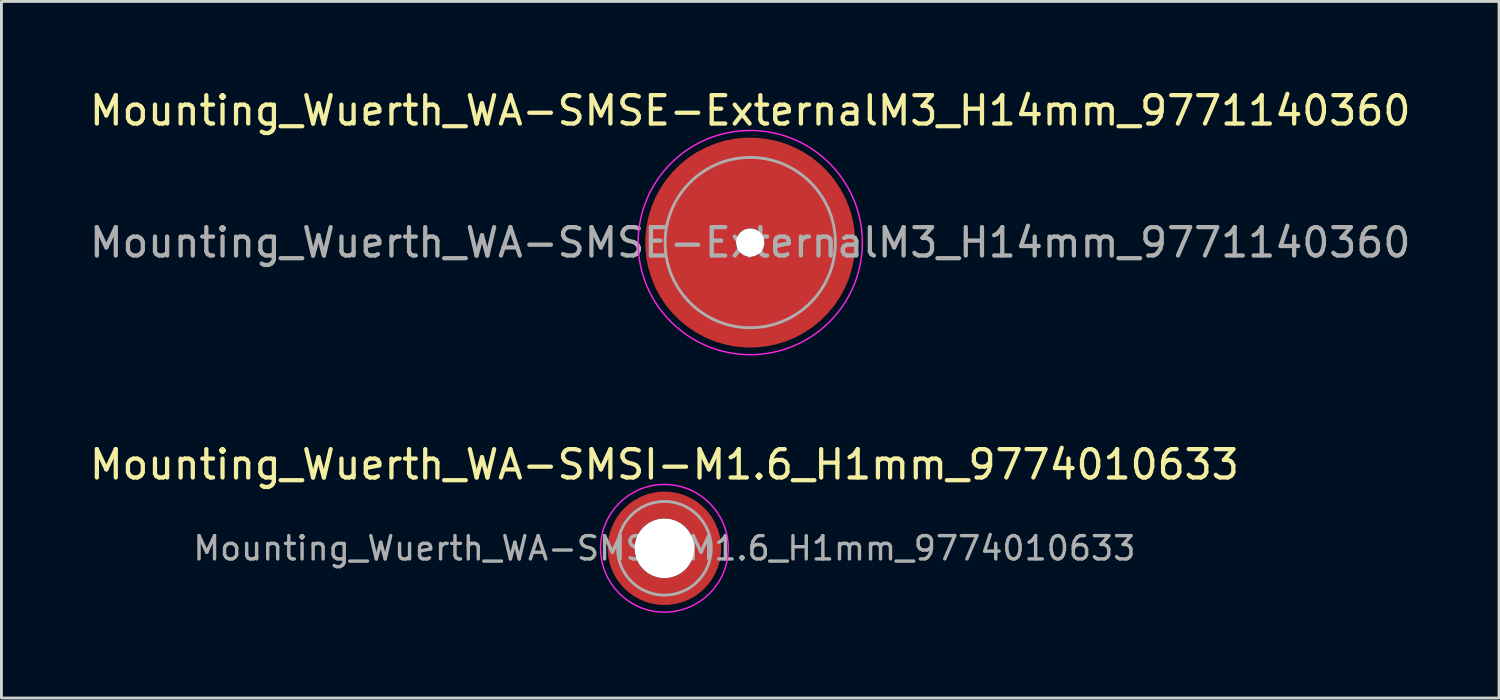
<source format=kicad_pcb>
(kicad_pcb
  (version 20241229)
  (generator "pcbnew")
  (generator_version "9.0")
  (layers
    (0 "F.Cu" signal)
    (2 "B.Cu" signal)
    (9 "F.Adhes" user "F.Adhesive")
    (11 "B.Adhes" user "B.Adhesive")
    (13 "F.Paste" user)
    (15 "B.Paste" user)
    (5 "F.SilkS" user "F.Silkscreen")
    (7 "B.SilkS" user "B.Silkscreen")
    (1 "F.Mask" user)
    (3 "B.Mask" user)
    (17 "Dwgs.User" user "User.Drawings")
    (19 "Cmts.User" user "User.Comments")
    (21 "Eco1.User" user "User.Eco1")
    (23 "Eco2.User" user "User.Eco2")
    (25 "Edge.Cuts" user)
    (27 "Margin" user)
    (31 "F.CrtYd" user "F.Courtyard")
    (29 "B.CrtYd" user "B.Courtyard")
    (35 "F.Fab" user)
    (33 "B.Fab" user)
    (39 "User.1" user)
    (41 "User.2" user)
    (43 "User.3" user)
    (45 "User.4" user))
  (footprint "Mounting_Wuerth_WA-SMSE-ExternalM3_H14mm_9771140360"
    (layer "F.Cu")
    (at 23.387 5.498)
    (property "Reference" "Mounting_Wuerth_WA-SMSE-ExternalM3_H14mm_9771140360" (at 0 -4.65 0) (layer "F.SilkS") (effects (font (size 1 1) (thickness 0.15))))
    (attr smd allow_soldermask_bridges)
    (fp_circle (center 0 0) (end 3.95 0) (stroke (width 0.05) (type solid)) (fill no) (layer "F.CrtYd"))
    (fp_circle (center 0 0) (end 3 0) (stroke (width 0.1) (type solid)) (fill no) (layer "F.Fab"))
    (fp_text user "${REFERENCE}" (at 0 0 0) (layer "F.Fab") (effects (font (size 1 1) (thickness 0.15))))
    (pad "" smd custom (at 0 -2.1) (size 1.5 1.5) (layers "F.Paste") (options (anchor circle)) (primitives (gr_arc (start -0.305123 1.47) (mid 0.371762 1.506879) (end 0.7 2.1) (width 0.2)) (gr_arc (start -0.493052 1.47) (mid 0.350399 1.380819) (end 0.8 2.1) (width 0.2)) (gr_arc (start -0.642729 1.47) (mid 0.340253 1.266797) (end 0.9 2.1) (width 0.2)) (gr_arc (start -0.776595 1.47) (mid 0.334219 1.157505) (end 1 2.1) (width 0.2)) (gr_arc (start -0.901721 1.47) (mid 0.330233 1.05074) (end 1.1 2.1) (width 0.2)) (gr_arc (start -1.021323 1.47) (mid 0.327424 0.945533) (end 1.2 2.1) (width 0.2)) (gr_arc (start -1.137146 1.47) (mid 0.325354 0.841372) (end 1.3 2.1) (width 0.2)) (gr_arc (start -1.25024 1.47) (mid 0.323778 0.737954) (end 1.4 2.1) (width 0.2)) (gr_arc (start -1.361286 1.47) (mid 0.322545 0.635089) (end 1.5 2.1) (width 0.2)) (gr_arc (start -1.470748 1.47) (mid 0.321561 0.532646) (end 1.6 2.1) (width 0.2)) (gr_arc (start -1.578955 1.47) (mid 0.320762 0.430535) (end 1.7 2.1) (width 0.2)) (gr_arc (start -1.686149 1.47) (mid 0.320102 0.328691) (end 1.8 2.1) (width 0.2)) (gr_arc (start -1.792512 1.47) (mid 0.319552 0.227065) (end 1.9 2.1) (width 0.2)) (gr_arc (start -1.898183 1.47) (mid 0.319087 0.125618) (end 2 2.1) (width 0.2)) (gr_arc (start -2.003272 1.47) (mid 0.318691 0.024323) (end 2.1 2.1) (width 0.2)) (gr_arc (start -2.107866 1.47) (mid 0.318351 -0.076845) (end 2.2 2.1) (width 0.2)) (gr_arc (start -2.212035 1.47) (mid 0.318056 -0.177903) (end 2.3 2.1) (width 0.2)) (gr_arc (start -2.315837 1.47) (mid 0.317798 -0.278866) (end 2.4 2.1) (width 0.2)) (gr_arc (start -2.419318 1.47) (mid 0.317573 -0.379747) (end 2.5 2.1) (width 0.2)) (gr_arc (start -2.522519 1.47) (mid 0.317373 -0.480557) (end 2.6 2.1) (width 0.2)) (gr_arc (start -2.625471 1.47) (mid 0.317197 -0.581303) (end 2.7 2.1) (width 0.2)) (gr_arc (start -2.728205 1.47) (mid 0.317039 -0.681993) (end 2.8 2.1) (width 0.2)) (gr_arc (start -2.830742 1.47) (mid 0.316898 -0.782633) (end 2.9 2.1) (width 0.2)) (gr_arc (start -2.933104 1.47) (mid 0.316771 -0.883229) (end 3 2.1) (width 0.2)) (gr_arc (start -3.035309 1.47) (mid 0.316656 -0.983785) (end 3.1 2.1) (width 0.2)) (gr_arc (start -3.137372 1.47) (mid 0.316553 -1.084304) (end 3.2 2.1) (width 0.2)) (gr_arc (start -3.239305 1.47) (mid 0.316458 -1.184791) (end 3.3 2.1) (width 0.2)) (gr_arc (start -3.341123 1.47) (mid 0.316373 -1.285249) (end 3.4 2.1) (width 0.2)) (gr_arc (start -3.442833 1.47) (mid 0.316294 -1.385679) (end 3.5 2.1) (width 0.2)) (gr_line (start 0.7 2.1) (end 3.5 2.1) (width 0.2)) (gr_line (start -0.305 1.47) (end -3.443 1.47) (width 0.2))))
    (pad "" np_thru_hole circle (at 0 0) (size 1 1) (drill 1) (layers "*.Cu" "*.Mask"))
    (pad "" smd custom (at 0 2.1) (size 1.5 1.5) (layers "F.Paste") (options (anchor circle)) (primitives (gr_arc (start 0.305123 -1.47) (mid -0.371762 -1.506879) (end -0.7 -2.1) (width 0.2)) (gr_arc (start 0.493052 -1.47) (mid -0.350399 -1.380819) (end -0.8 -2.1) (width 0.2)) (gr_arc (start 0.642729 -1.47) (mid -0.340253 -1.266797) (end -0.9 -2.1) (width 0.2)) (gr_arc (start 0.776595 -1.47) (mid -0.334219 -1.157505) (end -1 -2.1) (width 0.2)) (gr_arc (start 0.901721 -1.47) (mid -0.330233 -1.05074) (end -1.1 -2.1) (width 0.2)) (gr_arc (start 1.021323 -1.47) (mid -0.327424 -0.945533) (end -1.2 -2.1) (width 0.2)) (gr_arc (start 1.137146 -1.47) (mid -0.325354 -0.841372) (end -1.3 -2.1) (width 0.2)) (gr_arc (start 1.25024 -1.47) (mid -0.323778 -0.737954) (end -1.4 -2.1) (width 0.2)) (gr_arc (start 1.361286 -1.47) (mid -0.322545 -0.635089) (end -1.5 -2.1) (width 0.2)) (gr_arc (start 1.470748 -1.47) (mid -0.321561 -0.532646) (end -1.6 -2.1) (width 0.2)) (gr_arc (start 1.578955 -1.47) (mid -0.320762 -0.430535) (end -1.7 -2.1) (width 0.2)) (gr_arc (start 1.686149 -1.47) (mid -0.320102 -0.328691) (end -1.8 -2.1) (width 0.2)) (gr_arc (start 1.792512 -1.47) (mid -0.319552 -0.227065) (end -1.9 -2.1) (width 0.2)) (gr_arc (start 1.898183 -1.47) (mid -0.319087 -0.125618) (end -2 -2.1) (width 0.2)) (gr_arc (start 2.003272 -1.47) (mid -0.318691 -0.024323) (end -2.1 -2.1) (width 0.2)) (gr_arc (start 2.107866 -1.47) (mid -0.318351 0.076845) (end -2.2 -2.1) (width 0.2)) (gr_arc (start 2.212035 -1.47) (mid -0.318056 0.177903) (end -2.3 -2.1) (width 0.2)) (gr_arc (start 2.315837 -1.47) (mid -0.317798 0.278866) (end -2.4 -2.1) (width 0.2)) (gr_arc (start 2.419318 -1.47) (mid -0.317573 0.379747) (end -2.5 -2.1) (width 0.2)) (gr_arc (start 2.522519 -1.47) (mid -0.317373 0.480557) (end -2.6 -2.1) (width 0.2)) (gr_arc (start 2.625471 -1.47) (mid -0.317197 0.581303) (end -2.7 -2.1) (width 0.2)) (gr_arc (start 2.728205 -1.47) (mid -0.317039 0.681993) (end -2.8 -2.1) (width 0.2)) (gr_arc (start 2.830742 -1.47) (mid -0.316898 0.782633) (end -2.9 -2.1) (width 0.2)) (gr_arc (start 2.933104 -1.47) (mid -0.316771 0.883229) (end -3 -2.1) (width 0.2)) (gr_arc (start 3.035309 -1.47) (mid -0.316656 0.983785) (end -3.1 -2.1) (width 0.2)) (gr_arc (start 3.137372 -1.47) (mid -0.316553 1.084304) (end -3.2 -2.1) (width 0.2)) (gr_arc (start 3.239305 -1.47) (mid -0.316458 1.184791) (end -3.3 -2.1) (width 0.2)) (gr_arc (start 3.341123 -1.47) (mid -0.316373 1.285249) (end -3.4 -2.1) (width 0.2)) (gr_arc (start 3.442833 -1.47) (mid -0.316294 1.385679) (end -3.5 -2.1) (width 0.2)) (gr_line (start -0.7 -2.1) (end -3.5 -2.1) (width 0.2)) (gr_line (start 0.305 -1.47) (end 3.443 -1.47) (width 0.2))))
    (pad "1" smd circle (at -2.1 0) (size 2.692 2.692) (layers "F.Cu"))
    (pad "1" smd circle (at 0 -2.1) (size 2.692 2.692) (layers "F.Cu"))
    (pad "1" smd circle (at 0 2.1) (size 2.692 2.692) (layers "F.Cu"))
    (pad "1" smd custom (at 2.1 0) (size 3.2 3.2) (layers "F.Cu" "F.Mask") (options (anchor circle)) (primitives (gr_circle (center -2.1 0) (end 0 0) (width 3.2) (fill no)))))
  (footprint "Mounting_Wuerth_WA-SMSI-M1.6_H1mm_9774010633"
    (layer "F.Cu")
    (at 20.363 16.271)
    (property "Reference" "Mounting_Wuerth_WA-SMSI-M1.6_H1mm_9774010633" (at 0 -2.95 0) (layer "F.SilkS") (effects (font (size 1 1) (thickness 0.15))))
    (attr smd allow_soldermask_bridges)
    (fp_circle (center 0 0) (end 2.25 0) (stroke (width 0.05) (type solid)) (fill no) (layer "F.CrtYd"))
    (fp_circle (center 0 0) (end 1.65 0) (stroke (width 0.1) (type solid)) (fill no) (layer "F.Fab"))
    (fp_text user "${REFERENCE}" (at 0 0 0) (layer "F.Fab") (effects (font (size 0.82 0.82) (thickness 0.12))))
    (pad "" smd custom (at -1.061 -1.061) (size 0.4 0.4) (layers "F.Paste") (options (anchor circle)) (primitives (gr_arc (start -0.101235 0.76066) (mid 0.212132 0.212132) (end 0.76066 -0.101235) (width 0.2)) (gr_arc (start -0.204251 0.76066) (mid 0.141421 0.141421) (end 0.76066 -0.204251) (width 0.2)) (gr_arc (start -0.306819 0.76066) (mid 0.070711 0.070711) (end 0.76066 -0.306819) (width 0.2)) (gr_arc (start -0.409034 0.76066) (mid 0 0) (end 0.76066 -0.409034) (width 0.2)) (gr_arc (start -0.510963 0.76066) (mid -0.070711 -0.070711) (end 0.76066 -0.510963) (width 0.2)) (gr_arc (start -0.61266 0.76066) (mid -0.141421 -0.141421) (end 0.76066 -0.61266) (width 0.2)) (gr_arc (start -0.714164 0.76066) (mid -0.212132 -0.212132) (end 0.76066 -0.714164) (width 0.2)) (gr_line (start 0.761 -0.101) (end 0.761 -0.714) (width 0.2)) (gr_line (start -0.101 0.761) (end -0.714 0.761) (width 0.2))))
    (pad "" smd custom (at -1.061 1.061) (size 0.4 0.4) (layers "F.Paste") (options (anchor circle)) (primitives (gr_arc (start 0.76066 0.101235) (mid 0.212132 -0.212132) (end -0.101235 -0.76066) (width 0.2)) (gr_arc (start 0.76066 0.204251) (mid 0.141421 -0.141421) (end -0.204251 -0.76066) (width 0.2)) (gr_arc (start 0.76066 0.306819) (mid 0.070711 -0.070711) (end -0.306819 -0.76066) (width 0.2)) (gr_arc (start 0.76066 0.409034) (mid 0 0) (end -0.409034 -0.76066) (width 0.2)) (gr_arc (start 0.76066 0.510963) (mid -0.070711 0.070711) (end -0.510963 -0.76066) (width 0.2)) (gr_arc (start 0.76066 0.61266) (mid -0.141421 0.141421) (end -0.61266 -0.76066) (width 0.2)) (gr_arc (start 0.76066 0.714164) (mid -0.212132 0.212132) (end -0.714164 -0.76066) (width 0.2)) (gr_line (start -0.101 -0.761) (end -0.714 -0.761) (width 0.2)) (gr_line (start 0.761 0.101) (end 0.761 0.714) (width 0.2))))
    (pad "" np_thru_hole circle (at 0 0) (size 2.1 2.1) (drill 2.1) (layers "*.Cu" "*.Mask"))
    (pad "" smd custom (at 1.061 -1.061) (size 0.4 0.4) (layers "F.Paste") (options (anchor circle)) (primitives (gr_arc (start -0.76066 -0.101235) (mid -0.212132 0.212132) (end 0.101235 0.76066) (width 0.2)) (gr_arc (start -0.76066 -0.204251) (mid -0.141421 0.141421) (end 0.204251 0.76066) (width 0.2)) (gr_arc (start -0.76066 -0.306819) (mid -0.070711 0.070711) (end 0.306819 0.76066) (width 0.2)) (gr_arc (start -0.76066 -0.409034) (mid 0 0) (end 0.409034 0.76066) (width 0.2)) (gr_arc (start -0.76066 -0.510963) (mid 0.070711 -0.070711) (end 0.510963 0.76066) (width 0.2)) (gr_arc (start -0.76066 -0.61266) (mid 0.141421 -0.141421) (end 0.61266 0.76066) (width 0.2)) (gr_arc (start -0.76066 -0.714164) (mid 0.212132 -0.212132) (end 0.714164 0.76066) (width 0.2)) (gr_line (start 0.101 0.761) (end 0.714 0.761) (width 0.2)) (gr_line (start -0.761 -0.101) (end -0.761 -0.714) (width 0.2))))
    (pad "" smd custom (at 1.061 1.061) (size 0.4 0.4) (layers "F.Paste") (options (anchor circle)) (primitives (gr_arc (start 0.101235 -0.76066) (mid -0.212132 -0.212132) (end -0.76066 0.101235) (width 0.2)) (gr_arc (start 0.204251 -0.76066) (mid -0.141421 -0.141421) (end -0.76066 0.204251) (width 0.2)) (gr_arc (start 0.306819 -0.76066) (mid -0.070711 -0.070711) (end -0.76066 0.306819) (width 0.2)) (gr_arc (start 0.409034 -0.76066) (mid 0 0) (end -0.76066 0.409034) (width 0.2)) (gr_arc (start 0.510963 -0.76066) (mid 0.070711 0.070711) (end -0.76066 0.510963) (width 0.2)) (gr_arc (start 0.61266 -0.76066) (mid 0.141421 0.141421) (end -0.76066 0.61266) (width 0.2)) (gr_arc (start 0.714164 -0.76066) (mid 0.212132 0.212132) (end -0.76066 0.714164) (width 0.2)) (gr_line (start -0.761 0.101) (end -0.761 0.714) (width 0.2)) (gr_line (start 0.101 -0.761) (end 0.714 -0.761) (width 0.2))))
    (pad "1" smd circle (at -1.525 0) (size 0.442 0.442) (layers "F.Cu"))
    (pad "1" smd circle (at 0 -1.525) (size 0.442 0.442) (layers "F.Cu"))
    (pad "1" smd circle (at 0 1.525) (size 0.442 0.442) (layers "F.Cu"))
    (pad "1" smd custom (at 1.525 0) (size 0.95 0.95) (layers "F.Cu" "F.Mask") (options (anchor circle)) (primitives (gr_circle (center -1.525 0) (end 0 0) (width 0.95) (fill no)))))
  (gr_rect
    (start -3 -3)
    (end 49.774 21.547)
    (stroke (width 0.1) (type default))
    (fill no)
    (layer "Edge.Cuts")))
</source>
